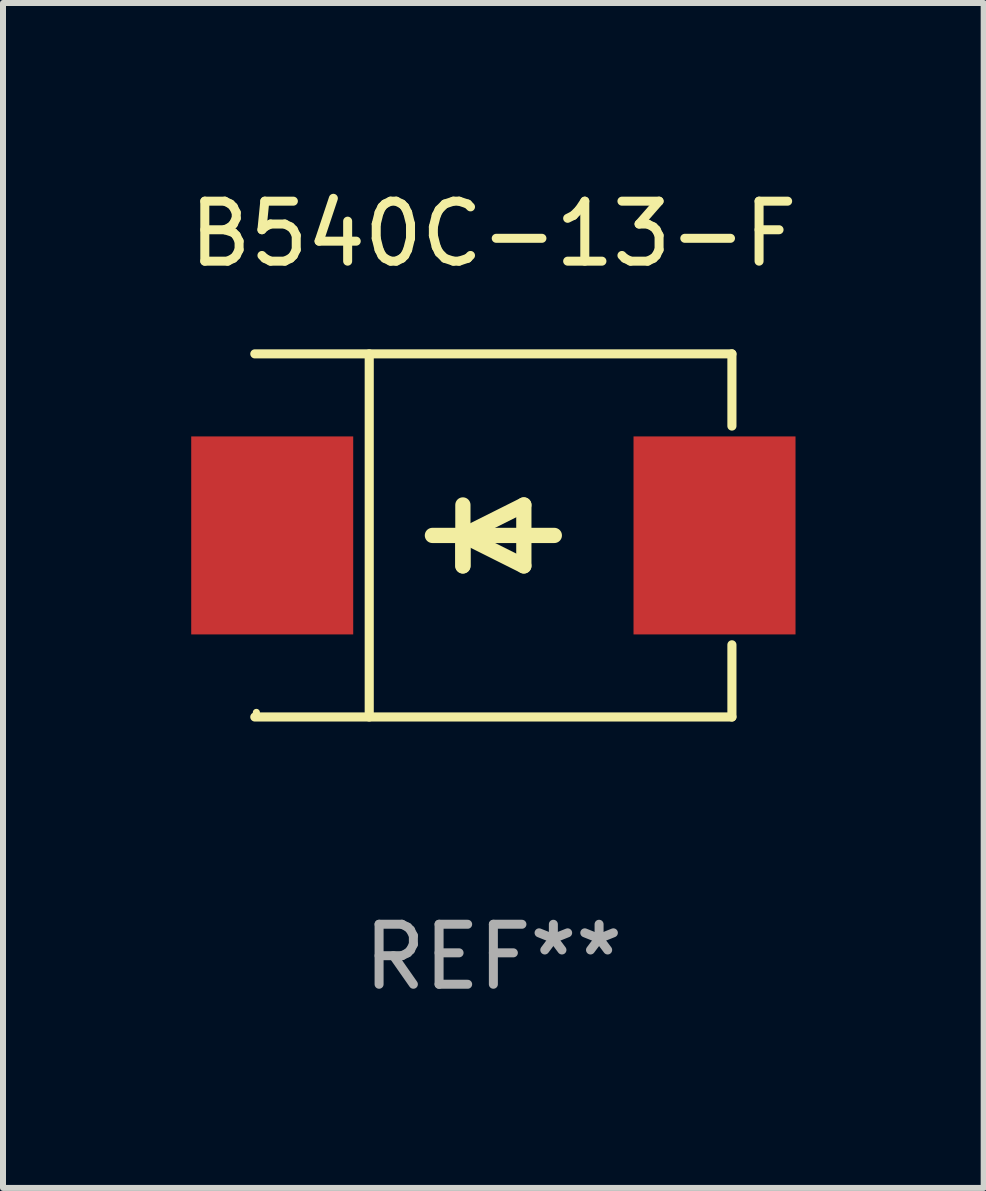
<source format=kicad_pcb>
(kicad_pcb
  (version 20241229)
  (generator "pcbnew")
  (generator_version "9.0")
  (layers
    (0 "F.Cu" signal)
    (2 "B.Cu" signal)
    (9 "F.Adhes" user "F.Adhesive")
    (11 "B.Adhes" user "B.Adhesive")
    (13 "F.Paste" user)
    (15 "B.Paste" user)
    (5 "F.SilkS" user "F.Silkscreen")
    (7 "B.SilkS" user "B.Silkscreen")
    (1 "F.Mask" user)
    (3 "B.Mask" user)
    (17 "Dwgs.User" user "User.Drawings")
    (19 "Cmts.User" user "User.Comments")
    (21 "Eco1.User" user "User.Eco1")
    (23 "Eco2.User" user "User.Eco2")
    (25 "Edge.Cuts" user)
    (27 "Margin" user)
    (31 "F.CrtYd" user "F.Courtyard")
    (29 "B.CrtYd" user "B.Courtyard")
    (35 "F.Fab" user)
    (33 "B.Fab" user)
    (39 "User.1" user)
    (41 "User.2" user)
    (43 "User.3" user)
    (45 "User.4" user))
  (footprint "B540C-13-F"
    (layer "F.Cu")
    (at 5.173 5.874)
    (property "Reference" "B540C-13-F" (at 0 -5.026 0) (layer "F.SilkS") (effects (font (size 1 1) (thickness 0.15))))
    (attr through_hole)
    (fp_line (start -3.976 -3.026) (end 3.976 -3.026) (stroke (width 0.152) (type solid)) (layer "F.SilkS"))
    (fp_line (start -3.976 3.026) (end 3.976 3.026) (stroke (width 0.152) (type solid)) (layer "F.SilkS"))
    (fp_line (start -2.069 -3.026) (end -2.069 3.026) (stroke (width 0.152) (type solid)) (layer "F.SilkS"))
    (fp_line (start -0.508 0) (end -0.508 0.508) (stroke (width 0.254) (type solid)) (layer "F.SilkS"))
    (fp_line (start -0.508 0) (end 0.508 0.508) (stroke (width 0.254) (type solid)) (layer "F.SilkS"))
    (fp_line (start -0.508 0.508) (end -0.508 -0.508) (stroke (width 0.254) (type solid)) (layer "F.SilkS"))
    (fp_line (start 0.508 -0.508) (end -0.508 0) (stroke (width 0.254) (type solid)) (layer "F.SilkS"))
    (fp_line (start 0.508 0.508) (end 0.508 -0.508) (stroke (width 0.254) (type solid)) (layer "F.SilkS"))
    (fp_line (start 1.016 0) (end -1.016 0) (stroke (width 0.254) (type solid)) (layer "F.SilkS"))
    (fp_line (start 3.976 -3.026) (end 3.976 -1.823) (stroke (width 0.152) (type solid)) (layer "F.SilkS"))
    (fp_line (start 3.976 3.026) (end 3.976 1.823) (stroke (width 0.152) (type solid)) (layer "F.SilkS"))
    (fp_circle (center -3.95 2.95) (end -3.92 2.95) (stroke (width 0.06) (type solid)) (fill no) (layer "F.SilkS"))
    (fp_text user "REF**" (at 0 7.026 0) (layer "F.Fab") (effects (font (size 1 1) (thickness 0.15))))
    (pad "1" smd rect (at -3.686 0) (size 2.7 3.3) (layers "F.Cu" "F.Mask" "F.Paste"))
    (pad "2" smd rect (at 3.686 0) (size 2.7 3.3) (layers "F.Cu" "F.Mask" "F.Paste")))
  (gr_rect
    (start -3 -3)
    (end 13.345 16.749)
    (stroke (width 0.1) (type default))
    (fill no)
    (layer "Edge.Cuts")))
</source>
